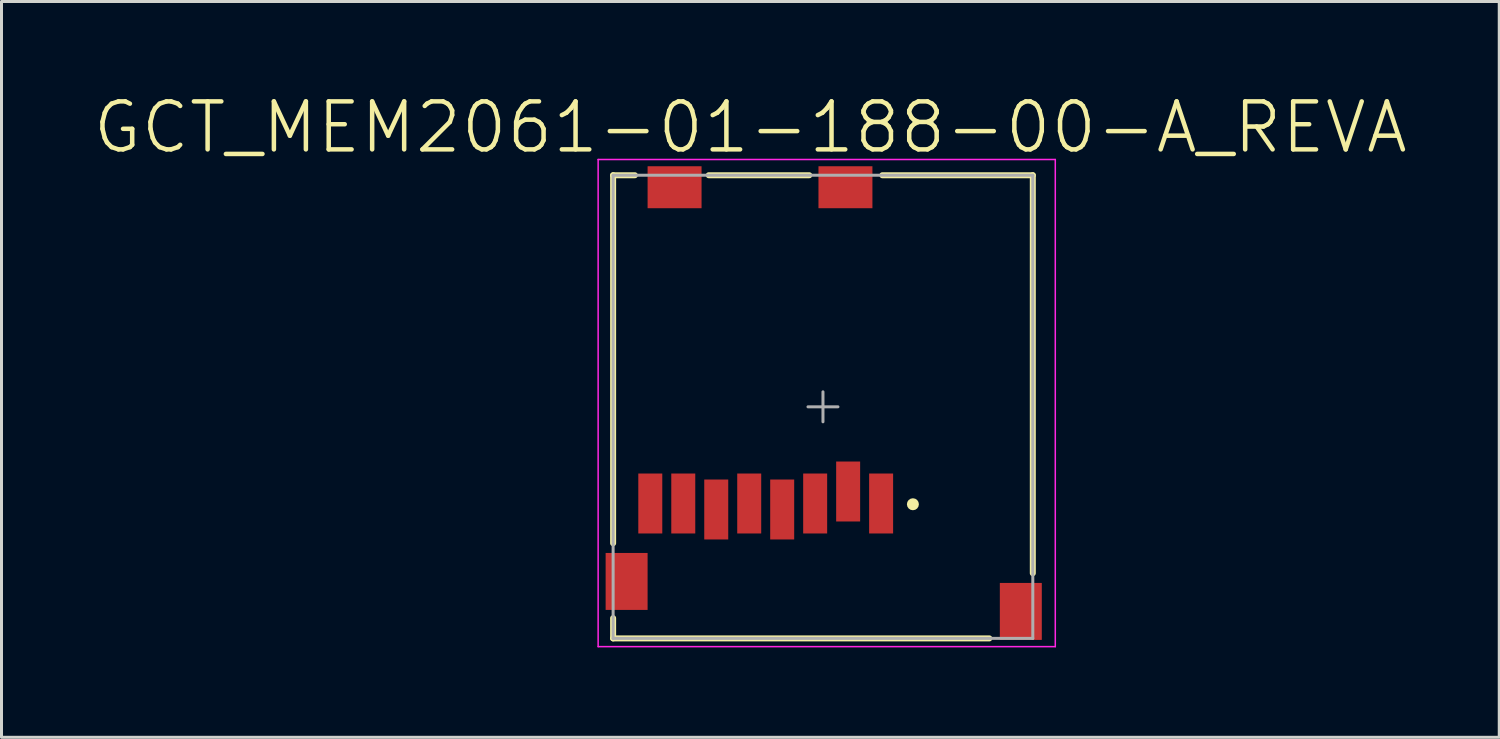
<source format=kicad_pcb>
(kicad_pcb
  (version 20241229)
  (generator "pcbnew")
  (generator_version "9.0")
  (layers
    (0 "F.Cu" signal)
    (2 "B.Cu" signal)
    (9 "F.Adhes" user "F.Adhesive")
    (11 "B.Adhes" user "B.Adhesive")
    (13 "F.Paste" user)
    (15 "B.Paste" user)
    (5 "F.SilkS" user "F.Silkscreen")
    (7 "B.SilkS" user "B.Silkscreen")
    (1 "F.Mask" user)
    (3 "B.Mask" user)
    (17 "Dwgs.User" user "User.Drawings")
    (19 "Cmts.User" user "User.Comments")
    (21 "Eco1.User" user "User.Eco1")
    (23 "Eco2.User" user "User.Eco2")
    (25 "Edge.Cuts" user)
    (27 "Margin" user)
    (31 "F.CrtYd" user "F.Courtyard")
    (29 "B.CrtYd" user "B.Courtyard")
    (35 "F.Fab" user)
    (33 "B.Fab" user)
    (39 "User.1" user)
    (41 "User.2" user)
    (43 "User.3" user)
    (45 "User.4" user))
  (footprint "GCT_MEM2061-01-188-00-A_REVA"
    (layer "F.Cu")
    (at 24.403 10.521)
    (property "Reference" "GCT_MEM2061-01-188-00-A_REVA" (at -2.421 -9.321 0) (layer "F.SilkS") (effects (font (size 1.601 1.601) (thickness 0.15))))
    (attr through_hole)
    (fp_line (start -7 -7.725) (end -6.274 -7.725) (stroke (width 0.2) (type solid)) (layer "F.SilkS"))
    (fp_line (start -7 4.55) (end -7 -7.725) (stroke (width 0.2) (type solid)) (layer "F.SilkS"))
    (fp_line (start -7 7.725) (end -7 7.05) (stroke (width 0.2) (type solid)) (layer "F.SilkS"))
    (fp_line (start -7 7.725) (end 5.55 7.725) (stroke (width 0.2) (type solid)) (layer "F.SilkS"))
    (fp_line (start -3.81 -7.725) (end -0.457 -7.725) (stroke (width 0.2) (type solid)) (layer "F.SilkS"))
    (fp_line (start 1.981 -7.725) (end 7 -7.725) (stroke (width 0.2) (type solid)) (layer "F.SilkS"))
    (fp_line (start 7 5.55) (end 7 -7.725) (stroke (width 0.2) (type solid)) (layer "F.SilkS"))
    (fp_circle (center 3 3.25) (end 3.1 3.25) (stroke (width 0.2) (type solid)) (fill no) (layer "F.SilkS"))
    (fp_line (start -7.5 -8.25) (end 7.75 -8.25) (stroke (width 0.05) (type solid)) (layer "F.CrtYd"))
    (fp_line (start -7.5 8) (end -7.5 -8.25) (stroke (width 0.05) (type solid)) (layer "F.CrtYd"))
    (fp_line (start 7.75 -8.25) (end 7.75 8) (stroke (width 0.05) (type solid)) (layer "F.CrtYd"))
    (fp_line (start 7.75 8) (end -7.5 8) (stroke (width 0.05) (type solid)) (layer "F.CrtYd"))
    (fp_line (start -7 -7.725) (end 7 -7.725) (stroke (width 0.1) (type solid)) (layer "F.Fab"))
    (fp_line (start -7 7.725) (end -7 -7.725) (stroke (width 0.1) (type solid)) (layer "F.Fab"))
    (fp_line (start -7 7.725) (end 7 7.725) (stroke (width 0.1) (type solid)) (layer "F.Fab"))
    (fp_line (start -0.5 0) (end 0.5 0) (stroke (width 0.1) (type solid)) (layer "F.Fab"))
    (fp_line (start 0 0.5) (end 0 -0.5) (stroke (width 0.1) (type solid)) (layer "F.Fab"))
    (fp_line (start 7 7.725) (end 7 -7.725) (stroke (width 0.1) (type solid)) (layer "F.Fab"))
    (pad "1" smd rect (at 1.94 3.225) (size 0.8 2) (layers "F.Cu" "F.Mask" "F.Paste"))
    (pad "2" smd rect (at 0.84 2.825) (size 0.8 2) (layers "F.Cu" "F.Mask" "F.Paste"))
    (pad "3" smd rect (at -0.26 3.225) (size 0.8 2) (layers "F.Cu" "F.Mask" "F.Paste"))
    (pad "4" smd rect (at -1.36 3.425) (size 0.8 2) (layers "F.Cu" "F.Mask" "F.Paste"))
    (pad "5" smd rect (at -2.46 3.225) (size 0.8 2) (layers "F.Cu" "F.Mask" "F.Paste"))
    (pad "6" smd rect (at -3.56 3.425) (size 0.8 2) (layers "F.Cu" "F.Mask" "F.Paste"))
    (pad "7" smd rect (at -4.66 3.225) (size 0.8 2) (layers "F.Cu" "F.Mask" "F.Paste"))
    (pad "8" smd rect (at -5.76 3.225) (size 0.8 2) (layers "F.Cu" "F.Mask" "F.Paste"))
    (pad "9" smd rect (at -4.95 -7.325) (size 1.8 1.4) (layers "F.Cu" "F.Mask" "F.Paste"))
    (pad "10" smd rect (at 0.75 -7.325) (size 1.8 1.4) (layers "F.Cu" "F.Mask" "F.Paste"))
    (pad "11" smd rect (at -6.55 5.825) (size 1.4 1.9) (layers "F.Cu" "F.Mask" "F.Paste"))
    (pad "12" smd rect (at 6.6 6.825) (size 1.4 1.9) (layers "F.Cu" "F.Mask" "F.Paste"))
    (zone (net_name "") (layer "F.Cu") (hatch full 0.508) (connect_pads) (min_thickness 0.01) (filled_areas_thickness no) (keepout (tracks not_allowed) (vias not_allowed) (pads not_allowed) (copperpour not_allowed) (footprints allowed)) (placement (enabled no)) (fill) (polygon (pts (xy 17.392 5.346) (xy 27.773 5.346) (xy 27.773 7.421) (xy 17.392 7.421)))))
  (gr_rect
    (start -3 -3)
    (end 46.963 21.546)
    (stroke (width 0.1) (type default))
    (fill no)
    (layer "Edge.Cuts")))
</source>
